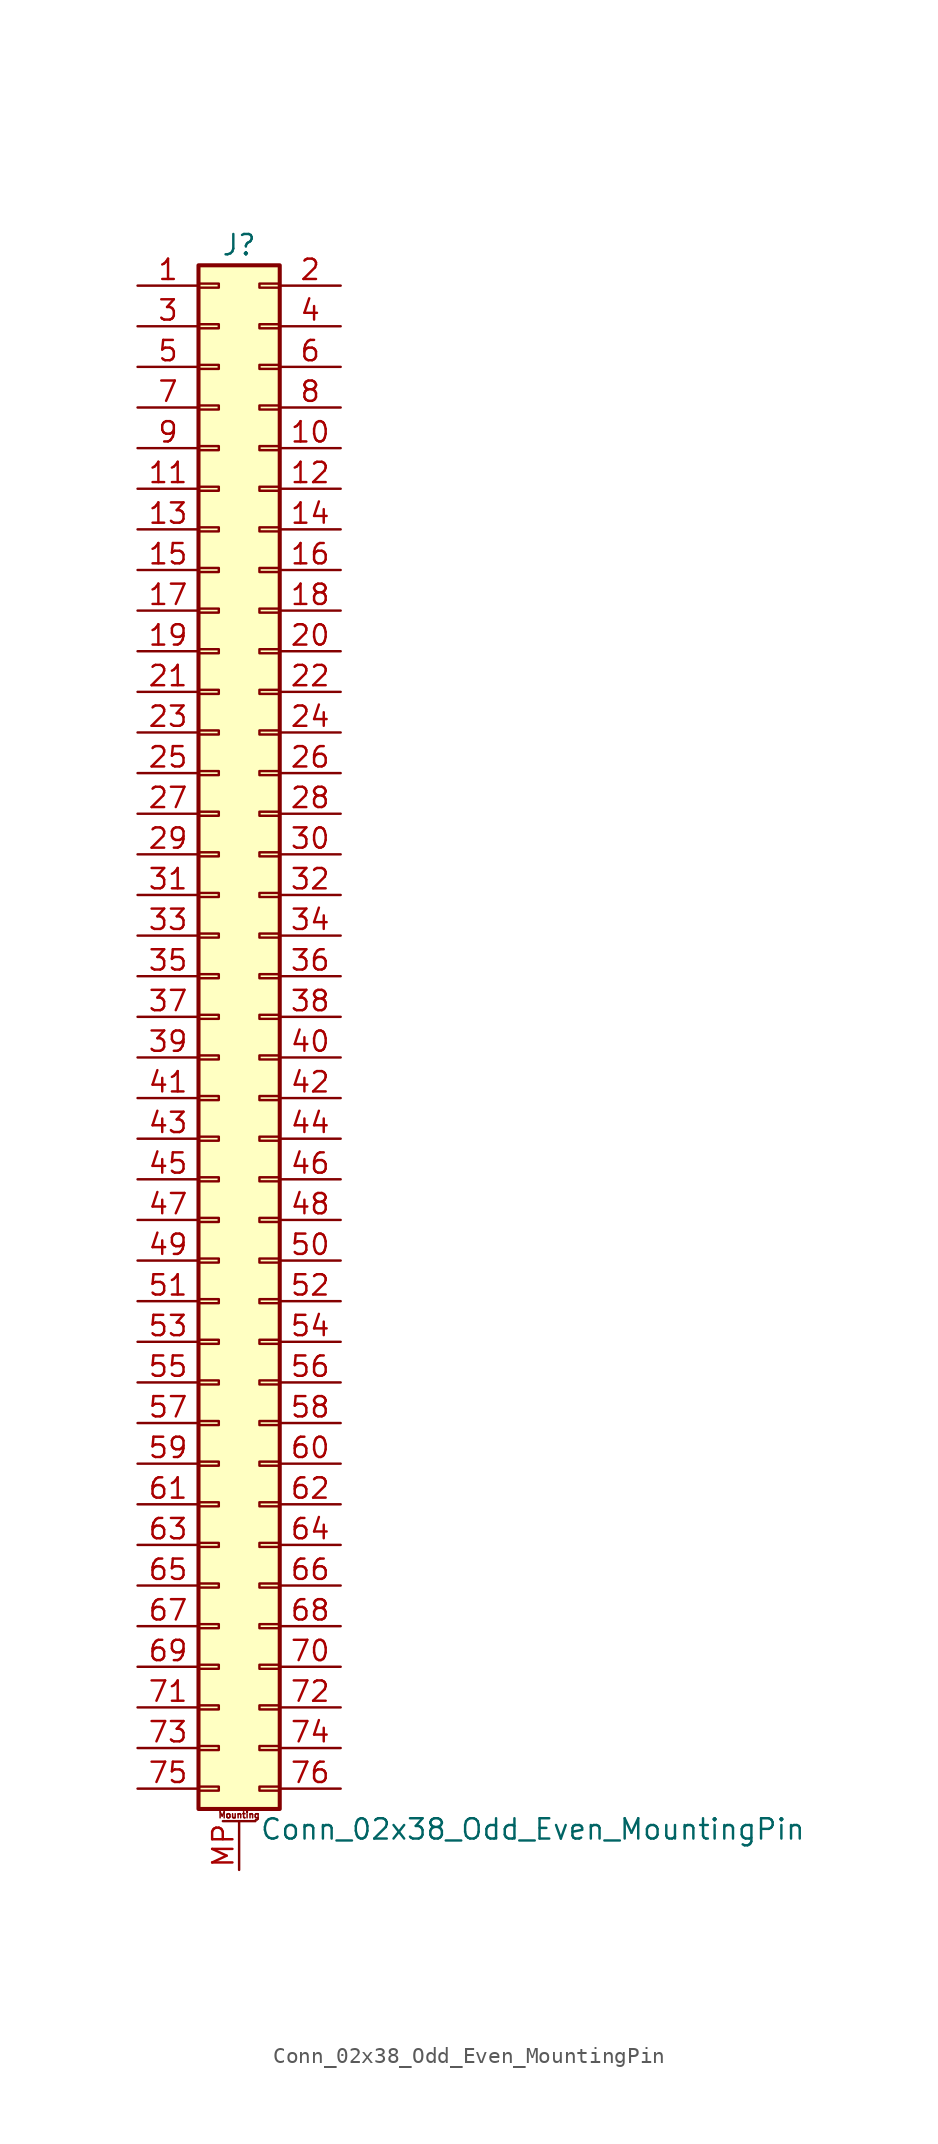
<source format=kicad_sym>
(kicad_symbol_lib
  (version 20201005)
  (generator kicad_symbol_editor)
  (symbol "Conn_02x38_Odd_Even_MountingPin"
    (pin_names
      (offset 1.016) hide)
    (property "Reference" "J"
      (at 1.27 48.26 0)
      (effects (font (size 1.27 1.27))))
    (property "Value" "Conn_02x38_Odd_Even_MountingPin"
      (at 2.54 -50.8 0)
      (effects (font (size 1.27 1.27)) (justify left)))
    (symbol "Conn_02x38_Odd_Even_MountingPin_1_1"
      (text "Mounting" (at 1.27 -49.911 0) (effects (font (size 0.381 0.381))))
      (rectangle (start -1.27 -48.133) (end 0 -48.387) (stroke (width 0.152)) (fill (type none)))
      (rectangle (start -1.27 -45.593) (end 0 -45.847) (stroke (width 0.152)) (fill (type none)))
      (rectangle (start -1.27 -43.053) (end 0 -43.307) (stroke (width 0.152)) (fill (type none)))
      (rectangle (start -1.27 -40.513) (end 0 -40.767) (stroke (width 0.152)) (fill (type none)))
      (rectangle (start -1.27 -37.973) (end 0 -38.227) (stroke (width 0.152)) (fill (type none)))
      (rectangle (start -1.27 -35.433) (end 0 -35.687) (stroke (width 0.152)) (fill (type none)))
      (rectangle (start -1.27 -32.893) (end 0 -33.147) (stroke (width 0.152)) (fill (type none)))
      (rectangle (start -1.27 -30.353) (end 0 -30.607) (stroke (width 0.152)) (fill (type none)))
      (rectangle (start -1.27 -27.813) (end 0 -28.067) (stroke (width 0.152)) (fill (type none)))
      (rectangle (start -1.27 -25.273) (end 0 -25.527) (stroke (width 0.152)) (fill (type none)))
      (rectangle (start -1.27 -22.733) (end 0 -22.987) (stroke (width 0.152)) (fill (type none)))
      (rectangle (start -1.27 -20.193) (end 0 -20.447) (stroke (width 0.152)) (fill (type none)))
      (rectangle (start -1.27 -17.653) (end 0 -17.907) (stroke (width 0.152)) (fill (type none)))
      (rectangle (start -1.27 -15.113) (end 0 -15.367) (stroke (width 0.152)) (fill (type none)))
      (rectangle (start -1.27 -12.573) (end 0 -12.827) (stroke (width 0.152)) (fill (type none)))
      (rectangle (start -1.27 -10.033) (end 0 -10.287) (stroke (width 0.152)) (fill (type none)))
      (rectangle (start -1.27 -7.493) (end 0 -7.747) (stroke (width 0.152)) (fill (type none)))
      (rectangle (start -1.27 -4.953) (end 0 -5.207) (stroke (width 0.152)) (fill (type none)))
      (rectangle (start -1.27 -2.413) (end 0 -2.667) (stroke (width 0.152)) (fill (type none)))
      (rectangle (start -1.27 0.127) (end 0 -0.127) (stroke (width 0.152)) (fill (type none)))
      (rectangle (start -1.27 2.667) (end 0 2.413) (stroke (width 0.152)) (fill (type none)))
      (rectangle (start -1.27 5.207) (end 0 4.953) (stroke (width 0.152)) (fill (type none)))
      (rectangle (start -1.27 7.747) (end 0 7.493) (stroke (width 0.152)) (fill (type none)))
      (rectangle (start -1.27 10.287) (end 0 10.033) (stroke (width 0.152)) (fill (type none)))
      (rectangle (start -1.27 12.827) (end 0 12.573) (stroke (width 0.152)) (fill (type none)))
      (rectangle (start -1.27 15.367) (end 0 15.113) (stroke (width 0.152)) (fill (type none)))
      (rectangle (start -1.27 17.907) (end 0 17.653) (stroke (width 0.152)) (fill (type none)))
      (rectangle (start -1.27 20.447) (end 0 20.193) (stroke (width 0.152)) (fill (type none)))
      (rectangle (start -1.27 22.987) (end 0 22.733) (stroke (width 0.152)) (fill (type none)))
      (rectangle (start -1.27 25.527) (end 0 25.273) (stroke (width 0.152)) (fill (type none)))
      (rectangle (start -1.27 28.067) (end 0 27.813) (stroke (width 0.152)) (fill (type none)))
      (rectangle (start -1.27 30.607) (end 0 30.353) (stroke (width 0.152)) (fill (type none)))
      (rectangle (start -1.27 33.147) (end 0 32.893) (stroke (width 0.152)) (fill (type none)))
      (rectangle (start -1.27 35.687) (end 0 35.433) (stroke (width 0.152)) (fill (type none)))
      (rectangle (start -1.27 38.227) (end 0 37.973) (stroke (width 0.152)) (fill (type none)))
      (rectangle (start -1.27 40.767) (end 0 40.513) (stroke (width 0.152)) (fill (type none)))
      (rectangle (start -1.27 43.307) (end 0 43.053) (stroke (width 0.152)) (fill (type none)))
      (rectangle (start -1.27 45.847) (end 0 45.593) (stroke (width 0.152)) (fill (type none)))
      (rectangle (start 3.81 -48.133) (end 2.54 -48.387) (stroke (width 0.152)) (fill (type none)))
      (rectangle (start 3.81 -45.593) (end 2.54 -45.847) (stroke (width 0.152)) (fill (type none)))
      (rectangle (start 3.81 -43.053) (end 2.54 -43.307) (stroke (width 0.152)) (fill (type none)))
      (rectangle (start 3.81 -40.513) (end 2.54 -40.767) (stroke (width 0.152)) (fill (type none)))
      (rectangle (start 3.81 -37.973) (end 2.54 -38.227) (stroke (width 0.152)) (fill (type none)))
      (rectangle (start 3.81 -35.433) (end 2.54 -35.687) (stroke (width 0.152)) (fill (type none)))
      (rectangle (start 3.81 -32.893) (end 2.54 -33.147) (stroke (width 0.152)) (fill (type none)))
      (rectangle (start 3.81 -30.353) (end 2.54 -30.607) (stroke (width 0.152)) (fill (type none)))
      (rectangle (start 3.81 -27.813) (end 2.54 -28.067) (stroke (width 0.152)) (fill (type none)))
      (rectangle (start 3.81 -25.273) (end 2.54 -25.527) (stroke (width 0.152)) (fill (type none)))
      (rectangle (start 3.81 -22.733) (end 2.54 -22.987) (stroke (width 0.152)) (fill (type none)))
      (rectangle (start 3.81 -20.193) (end 2.54 -20.447) (stroke (width 0.152)) (fill (type none)))
      (rectangle (start 3.81 -17.653) (end 2.54 -17.907) (stroke (width 0.152)) (fill (type none)))
      (rectangle (start 3.81 -15.113) (end 2.54 -15.367) (stroke (width 0.152)) (fill (type none)))
      (rectangle (start 3.81 -12.573) (end 2.54 -12.827) (stroke (width 0.152)) (fill (type none)))
      (rectangle (start 3.81 -10.033) (end 2.54 -10.287) (stroke (width 0.152)) (fill (type none)))
      (rectangle (start 3.81 -7.493) (end 2.54 -7.747) (stroke (width 0.152)) (fill (type none)))
      (rectangle (start 3.81 -4.953) (end 2.54 -5.207) (stroke (width 0.152)) (fill (type none)))
      (rectangle (start 3.81 -2.413) (end 2.54 -2.667) (stroke (width 0.152)) (fill (type none)))
      (rectangle (start 3.81 0.127) (end 2.54 -0.127) (stroke (width 0.152)) (fill (type none)))
      (rectangle (start 3.81 2.667) (end 2.54 2.413) (stroke (width 0.152)) (fill (type none)))
      (rectangle (start 3.81 5.207) (end 2.54 4.953) (stroke (width 0.152)) (fill (type none)))
      (rectangle (start 3.81 7.747) (end 2.54 7.493) (stroke (width 0.152)) (fill (type none)))
      (rectangle (start 3.81 10.287) (end 2.54 10.033) (stroke (width 0.152)) (fill (type none)))
      (rectangle (start 3.81 12.827) (end 2.54 12.573) (stroke (width 0.152)) (fill (type none)))
      (rectangle (start 3.81 15.367) (end 2.54 15.113) (stroke (width 0.152)) (fill (type none)))
      (rectangle (start 3.81 17.907) (end 2.54 17.653) (stroke (width 0.152)) (fill (type none)))
      (rectangle (start 3.81 20.447) (end 2.54 20.193) (stroke (width 0.152)) (fill (type none)))
      (rectangle (start 3.81 22.987) (end 2.54 22.733) (stroke (width 0.152)) (fill (type none)))
      (rectangle (start 3.81 25.527) (end 2.54 25.273) (stroke (width 0.152)) (fill (type none)))
      (rectangle (start 3.81 28.067) (end 2.54 27.813) (stroke (width 0.152)) (fill (type none)))
      (rectangle (start 3.81 30.607) (end 2.54 30.353) (stroke (width 0.152)) (fill (type none)))
      (rectangle (start 3.81 33.147) (end 2.54 32.893) (stroke (width 0.152)) (fill (type none)))
      (rectangle (start 3.81 35.687) (end 2.54 35.433) (stroke (width 0.152)) (fill (type none)))
      (rectangle (start 3.81 38.227) (end 2.54 37.973) (stroke (width 0.152)) (fill (type none)))
      (rectangle (start 3.81 40.767) (end 2.54 40.513) (stroke (width 0.152)) (fill (type none)))
      (rectangle (start 3.81 43.307) (end 2.54 43.053) (stroke (width 0.152)) (fill (type none)))
      (rectangle (start 3.81 45.847) (end 2.54 45.593) (stroke (width 0.152)) (fill (type none)))
      (rectangle (start -1.27 46.99) (end 3.81 -49.53) (stroke (width 0.254)) (fill (type background)))
      (polyline (pts (xy 0.254 -50.292) (xy 2.286 -50.292)) (stroke (width 0.152)) (fill (type none)))
      (pin passive line (at -5.08 45.72 0) (length 3.81) (name "Pin_1" (effects (font (size 1.27 1.27)))) (number "1" (effects (font (size 1.27 1.27)))))
      (pin passive line (at 7.62 35.56 180) (length 3.81) (name "Pin_10" (effects (font (size 1.27 1.27)))) (number "10" (effects (font (size 1.27 1.27)))))
      (pin passive line (at -5.08 33.02 0) (length 3.81) (name "Pin_11" (effects (font (size 1.27 1.27)))) (number "11" (effects (font (size 1.27 1.27)))))
      (pin passive line (at 7.62 33.02 180) (length 3.81) (name "Pin_12" (effects (font (size 1.27 1.27)))) (number "12" (effects (font (size 1.27 1.27)))))
      (pin passive line (at -5.08 30.48 0) (length 3.81) (name "Pin_13" (effects (font (size 1.27 1.27)))) (number "13" (effects (font (size 1.27 1.27)))))
      (pin passive line (at 7.62 30.48 180) (length 3.81) (name "Pin_14" (effects (font (size 1.27 1.27)))) (number "14" (effects (font (size 1.27 1.27)))))
      (pin passive line (at -5.08 27.94 0) (length 3.81) (name "Pin_15" (effects (font (size 1.27 1.27)))) (number "15" (effects (font (size 1.27 1.27)))))
      (pin passive line (at 7.62 27.94 180) (length 3.81) (name "Pin_16" (effects (font (size 1.27 1.27)))) (number "16" (effects (font (size 1.27 1.27)))))
      (pin passive line (at -5.08 25.4 0) (length 3.81) (name "Pin_17" (effects (font (size 1.27 1.27)))) (number "17" (effects (font (size 1.27 1.27)))))
      (pin passive line (at 7.62 25.4 180) (length 3.81) (name "Pin_18" (effects (font (size 1.27 1.27)))) (number "18" (effects (font (size 1.27 1.27)))))
      (pin passive line (at -5.08 22.86 0) (length 3.81) (name "Pin_19" (effects (font (size 1.27 1.27)))) (number "19" (effects (font (size 1.27 1.27)))))
      (pin passive line (at 7.62 45.72 180) (length 3.81) (name "Pin_2" (effects (font (size 1.27 1.27)))) (number "2" (effects (font (size 1.27 1.27)))))
      (pin passive line (at 7.62 22.86 180) (length 3.81) (name "Pin_20" (effects (font (size 1.27 1.27)))) (number "20" (effects (font (size 1.27 1.27)))))
      (pin passive line (at -5.08 20.32 0) (length 3.81) (name "Pin_21" (effects (font (size 1.27 1.27)))) (number "21" (effects (font (size 1.27 1.27)))))
      (pin passive line (at 7.62 20.32 180) (length 3.81) (name "Pin_22" (effects (font (size 1.27 1.27)))) (number "22" (effects (font (size 1.27 1.27)))))
      (pin passive line (at -5.08 17.78 0) (length 3.81) (name "Pin_23" (effects (font (size 1.27 1.27)))) (number "23" (effects (font (size 1.27 1.27)))))
      (pin passive line (at 7.62 17.78 180) (length 3.81) (name "Pin_24" (effects (font (size 1.27 1.27)))) (number "24" (effects (font (size 1.27 1.27)))))
      (pin passive line (at -5.08 15.24 0) (length 3.81) (name "Pin_25" (effects (font (size 1.27 1.27)))) (number "25" (effects (font (size 1.27 1.27)))))
      (pin passive line (at 7.62 15.24 180) (length 3.81) (name "Pin_26" (effects (font (size 1.27 1.27)))) (number "26" (effects (font (size 1.27 1.27)))))
      (pin passive line (at -5.08 12.7 0) (length 3.81) (name "Pin_27" (effects (font (size 1.27 1.27)))) (number "27" (effects (font (size 1.27 1.27)))))
      (pin passive line (at 7.62 12.7 180) (length 3.81) (name "Pin_28" (effects (font (size 1.27 1.27)))) (number "28" (effects (font (size 1.27 1.27)))))
      (pin passive line (at -5.08 10.16 0) (length 3.81) (name "Pin_29" (effects (font (size 1.27 1.27)))) (number "29" (effects (font (size 1.27 1.27)))))
      (pin passive line (at -5.08 43.18 0) (length 3.81) (name "Pin_3" (effects (font (size 1.27 1.27)))) (number "3" (effects (font (size 1.27 1.27)))))
      (pin passive line (at 7.62 10.16 180) (length 3.81) (name "Pin_30" (effects (font (size 1.27 1.27)))) (number "30" (effects (font (size 1.27 1.27)))))
      (pin passive line (at -5.08 7.62 0) (length 3.81) (name "Pin_31" (effects (font (size 1.27 1.27)))) (number "31" (effects (font (size 1.27 1.27)))))
      (pin passive line (at 7.62 7.62 180) (length 3.81) (name "Pin_32" (effects (font (size 1.27 1.27)))) (number "32" (effects (font (size 1.27 1.27)))))
      (pin passive line (at -5.08 5.08 0) (length 3.81) (name "Pin_33" (effects (font (size 1.27 1.27)))) (number "33" (effects (font (size 1.27 1.27)))))
      (pin passive line (at 7.62 5.08 180) (length 3.81) (name "Pin_34" (effects (font (size 1.27 1.27)))) (number "34" (effects (font (size 1.27 1.27)))))
      (pin passive line (at -5.08 2.54 0) (length 3.81) (name "Pin_35" (effects (font (size 1.27 1.27)))) (number "35" (effects (font (size 1.27 1.27)))))
      (pin passive line (at 7.62 2.54 180) (length 3.81) (name "Pin_36" (effects (font (size 1.27 1.27)))) (number "36" (effects (font (size 1.27 1.27)))))
      (pin passive line (at -5.08 0 0) (length 3.81) (name "Pin_37" (effects (font (size 1.27 1.27)))) (number "37" (effects (font (size 1.27 1.27)))))
      (pin passive line (at 7.62 0 180) (length 3.81) (name "Pin_38" (effects (font (size 1.27 1.27)))) (number "38" (effects (font (size 1.27 1.27)))))
      (pin passive line (at -5.08 -2.54 0) (length 3.81) (name "Pin_39" (effects (font (size 1.27 1.27)))) (number "39" (effects (font (size 1.27 1.27)))))
      (pin passive line (at 7.62 43.18 180) (length 3.81) (name "Pin_4" (effects (font (size 1.27 1.27)))) (number "4" (effects (font (size 1.27 1.27)))))
      (pin passive line (at 7.62 -2.54 180) (length 3.81) (name "Pin_40" (effects (font (size 1.27 1.27)))) (number "40" (effects (font (size 1.27 1.27)))))
      (pin passive line (at -5.08 -5.08 0) (length 3.81) (name "Pin_41" (effects (font (size 1.27 1.27)))) (number "41" (effects (font (size 1.27 1.27)))))
      (pin passive line (at 7.62 -5.08 180) (length 3.81) (name "Pin_42" (effects (font (size 1.27 1.27)))) (number "42" (effects (font (size 1.27 1.27)))))
      (pin passive line (at -5.08 -7.62 0) (length 3.81) (name "Pin_43" (effects (font (size 1.27 1.27)))) (number "43" (effects (font (size 1.27 1.27)))))
      (pin passive line (at 7.62 -7.62 180) (length 3.81) (name "Pin_44" (effects (font (size 1.27 1.27)))) (number "44" (effects (font (size 1.27 1.27)))))
      (pin passive line (at -5.08 -10.16 0) (length 3.81) (name "Pin_45" (effects (font (size 1.27 1.27)))) (number "45" (effects (font (size 1.27 1.27)))))
      (pin passive line (at 7.62 -10.16 180) (length 3.81) (name "Pin_46" (effects (font (size 1.27 1.27)))) (number "46" (effects (font (size 1.27 1.27)))))
      (pin passive line (at -5.08 -12.7 0) (length 3.81) (name "Pin_47" (effects (font (size 1.27 1.27)))) (number "47" (effects (font (size 1.27 1.27)))))
      (pin passive line (at 7.62 -12.7 180) (length 3.81) (name "Pin_48" (effects (font (size 1.27 1.27)))) (number "48" (effects (font (size 1.27 1.27)))))
      (pin passive line (at -5.08 -15.24 0) (length 3.81) (name "Pin_49" (effects (font (size 1.27 1.27)))) (number "49" (effects (font (size 1.27 1.27)))))
      (pin passive line (at -5.08 40.64 0) (length 3.81) (name "Pin_5" (effects (font (size 1.27 1.27)))) (number "5" (effects (font (size 1.27 1.27)))))
      (pin passive line (at 7.62 -15.24 180) (length 3.81) (name "Pin_50" (effects (font (size 1.27 1.27)))) (number "50" (effects (font (size 1.27 1.27)))))
      (pin passive line (at -5.08 -17.78 0) (length 3.81) (name "Pin_51" (effects (font (size 1.27 1.27)))) (number "51" (effects (font (size 1.27 1.27)))))
      (pin passive line (at 7.62 -17.78 180) (length 3.81) (name "Pin_52" (effects (font (size 1.27 1.27)))) (number "52" (effects (font (size 1.27 1.27)))))
      (pin passive line (at -5.08 -20.32 0) (length 3.81) (name "Pin_53" (effects (font (size 1.27 1.27)))) (number "53" (effects (font (size 1.27 1.27)))))
      (pin passive line (at 7.62 -20.32 180) (length 3.81) (name "Pin_54" (effects (font (size 1.27 1.27)))) (number "54" (effects (font (size 1.27 1.27)))))
      (pin passive line (at -5.08 -22.86 0) (length 3.81) (name "Pin_55" (effects (font (size 1.27 1.27)))) (number "55" (effects (font (size 1.27 1.27)))))
      (pin passive line (at 7.62 -22.86 180) (length 3.81) (name "Pin_56" (effects (font (size 1.27 1.27)))) (number "56" (effects (font (size 1.27 1.27)))))
      (pin passive line (at -5.08 -25.4 0) (length 3.81) (name "Pin_57" (effects (font (size 1.27 1.27)))) (number "57" (effects (font (size 1.27 1.27)))))
      (pin passive line (at 7.62 -25.4 180) (length 3.81) (name "Pin_58" (effects (font (size 1.27 1.27)))) (number "58" (effects (font (size 1.27 1.27)))))
      (pin passive line (at -5.08 -27.94 0) (length 3.81) (name "Pin_59" (effects (font (size 1.27 1.27)))) (number "59" (effects (font (size 1.27 1.27)))))
      (pin passive line (at 7.62 40.64 180) (length 3.81) (name "Pin_6" (effects (font (size 1.27 1.27)))) (number "6" (effects (font (size 1.27 1.27)))))
      (pin passive line (at 7.62 -27.94 180) (length 3.81) (name "Pin_60" (effects (font (size 1.27 1.27)))) (number "60" (effects (font (size 1.27 1.27)))))
      (pin passive line (at -5.08 -30.48 0) (length 3.81) (name "Pin_61" (effects (font (size 1.27 1.27)))) (number "61" (effects (font (size 1.27 1.27)))))
      (pin passive line (at 7.62 -30.48 180) (length 3.81) (name "Pin_62" (effects (font (size 1.27 1.27)))) (number "62" (effects (font (size 1.27 1.27)))))
      (pin passive line (at -5.08 -33.02 0) (length 3.81) (name "Pin_63" (effects (font (size 1.27 1.27)))) (number "63" (effects (font (size 1.27 1.27)))))
      (pin passive line (at 7.62 -33.02 180) (length 3.81) (name "Pin_64" (effects (font (size 1.27 1.27)))) (number "64" (effects (font (size 1.27 1.27)))))
      (pin passive line (at -5.08 -35.56 0) (length 3.81) (name "Pin_65" (effects (font (size 1.27 1.27)))) (number "65" (effects (font (size 1.27 1.27)))))
      (pin passive line (at 7.62 -35.56 180) (length 3.81) (name "Pin_66" (effects (font (size 1.27 1.27)))) (number "66" (effects (font (size 1.27 1.27)))))
      (pin passive line (at -5.08 -38.1 0) (length 3.81) (name "Pin_67" (effects (font (size 1.27 1.27)))) (number "67" (effects (font (size 1.27 1.27)))))
      (pin passive line (at 7.62 -38.1 180) (length 3.81) (name "Pin_68" (effects (font (size 1.27 1.27)))) (number "68" (effects (font (size 1.27 1.27)))))
      (pin passive line (at -5.08 -40.64 0) (length 3.81) (name "Pin_69" (effects (font (size 1.27 1.27)))) (number "69" (effects (font (size 1.27 1.27)))))
      (pin passive line (at -5.08 38.1 0) (length 3.81) (name "Pin_7" (effects (font (size 1.27 1.27)))) (number "7" (effects (font (size 1.27 1.27)))))
      (pin passive line (at 7.62 -40.64 180) (length 3.81) (name "Pin_70" (effects (font (size 1.27 1.27)))) (number "70" (effects (font (size 1.27 1.27)))))
      (pin passive line (at -5.08 -43.18 0) (length 3.81) (name "Pin_71" (effects (font (size 1.27 1.27)))) (number "71" (effects (font (size 1.27 1.27)))))
      (pin passive line (at 7.62 -43.18 180) (length 3.81) (name "Pin_72" (effects (font (size 1.27 1.27)))) (number "72" (effects (font (size 1.27 1.27)))))
      (pin passive line (at -5.08 -45.72 0) (length 3.81) (name "Pin_73" (effects (font (size 1.27 1.27)))) (number "73" (effects (font (size 1.27 1.27)))))
      (pin passive line (at 7.62 -45.72 180) (length 3.81) (name "Pin_74" (effects (font (size 1.27 1.27)))) (number "74" (effects (font (size 1.27 1.27)))))
      (pin passive line (at -5.08 -48.26 0) (length 3.81) (name "Pin_75" (effects (font (size 1.27 1.27)))) (number "75" (effects (font (size 1.27 1.27)))))
      (pin passive line (at 7.62 -48.26 180) (length 3.81) (name "Pin_76" (effects (font (size 1.27 1.27)))) (number "76" (effects (font (size 1.27 1.27)))))
      (pin passive line (at 7.62 38.1 180) (length 3.81) (name "Pin_8" (effects (font (size 1.27 1.27)))) (number "8" (effects (font (size 1.27 1.27)))))
      (pin passive line (at -5.08 35.56 0) (length 3.81) (name "Pin_9" (effects (font (size 1.27 1.27)))) (number "9" (effects (font (size 1.27 1.27)))))
      (pin passive line (at 1.27 -53.34 90) (length 3.048) (name "MountPin" (effects (font (size 1.27 1.27)))) (number "MP" (effects (font (size 1.27 1.27))))))))
</source>
